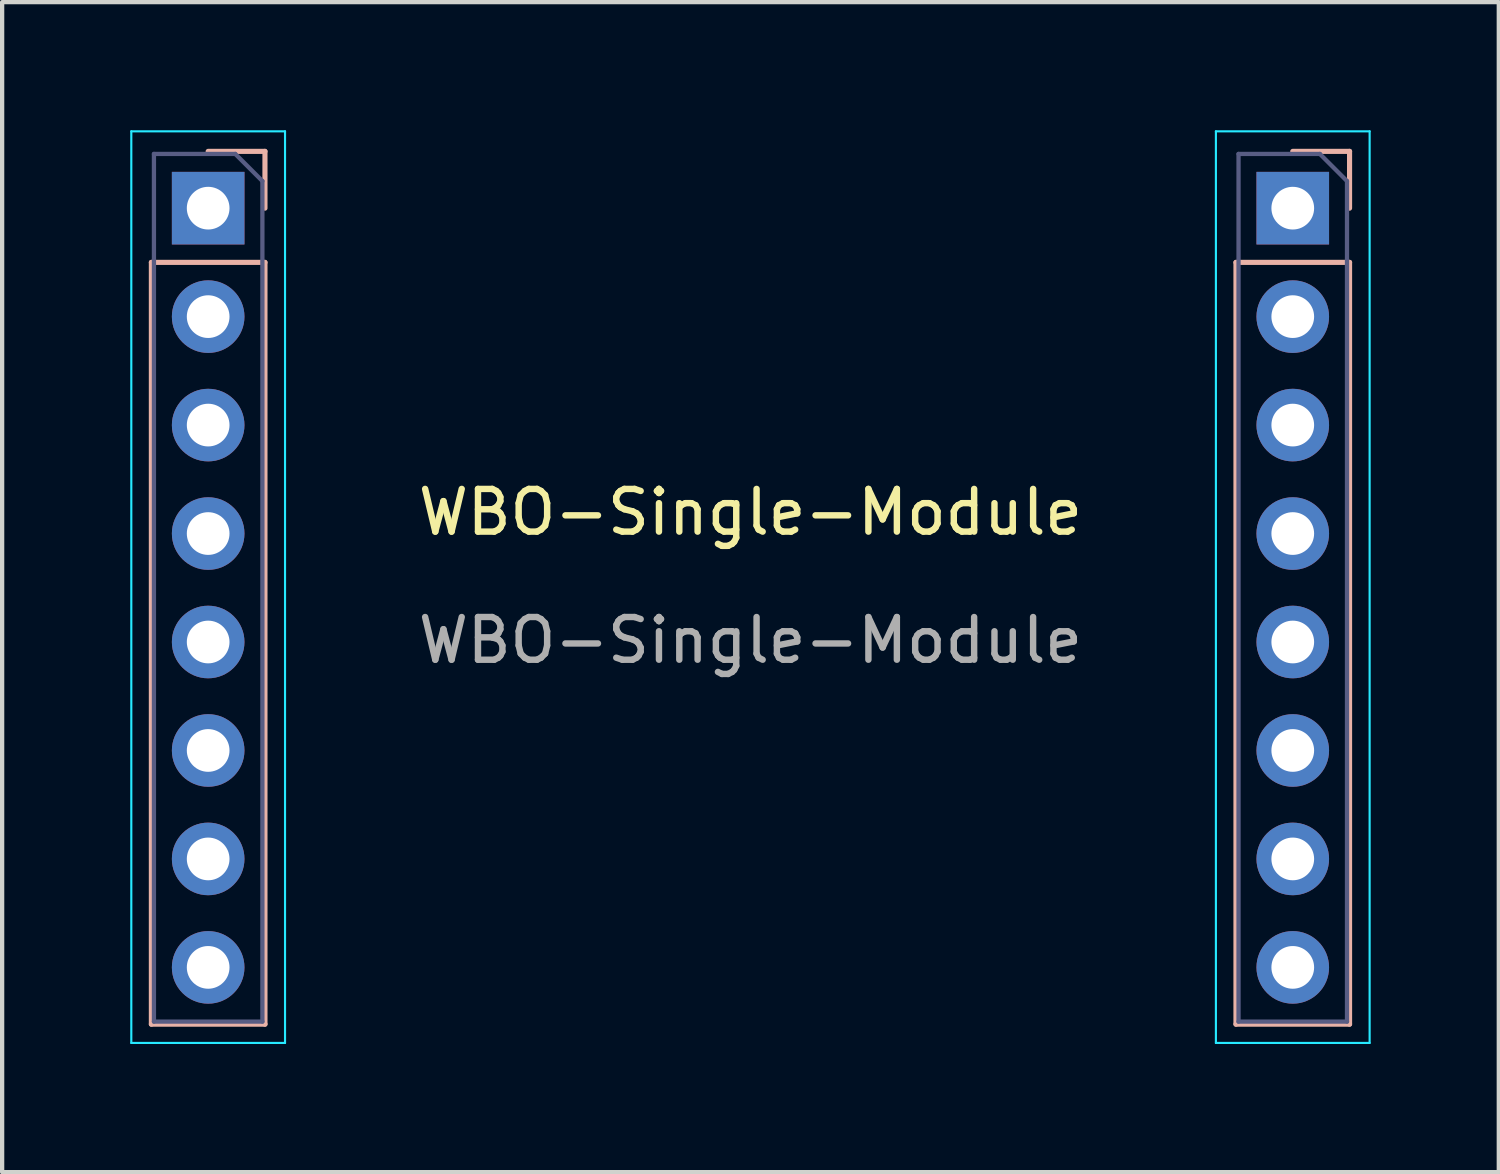
<source format=kicad_pcb>
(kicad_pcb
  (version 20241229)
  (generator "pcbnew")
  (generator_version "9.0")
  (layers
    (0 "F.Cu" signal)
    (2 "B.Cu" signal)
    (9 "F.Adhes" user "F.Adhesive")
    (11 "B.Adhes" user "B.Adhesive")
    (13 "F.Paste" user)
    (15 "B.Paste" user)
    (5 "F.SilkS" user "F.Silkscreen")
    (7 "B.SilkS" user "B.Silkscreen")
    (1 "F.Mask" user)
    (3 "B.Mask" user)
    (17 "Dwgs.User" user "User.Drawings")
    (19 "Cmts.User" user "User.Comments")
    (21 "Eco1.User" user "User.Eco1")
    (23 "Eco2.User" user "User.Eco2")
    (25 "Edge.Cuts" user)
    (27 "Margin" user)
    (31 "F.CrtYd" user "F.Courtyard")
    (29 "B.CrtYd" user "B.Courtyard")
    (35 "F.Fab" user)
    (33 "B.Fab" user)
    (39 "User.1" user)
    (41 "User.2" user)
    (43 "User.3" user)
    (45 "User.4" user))
  (footprint "WBO-Single-Module"
    (layer "F.Cu")
    (at 14.525 9.445)
    (property "Reference" "WBO-Single-Module" (at 0 -0.5 0) (unlocked yes) (layer "F.SilkS") (effects (font (size 1 1) (thickness 0.15))))
    (attr smd)
    (fp_line (start -14.03 -6.35) (end -14.03 11.49) (stroke (width 0.12) (type solid)) (layer "B.SilkS"))
    (fp_line (start -11.37 -8.95) (end -12.7 -8.95) (stroke (width 0.12) (type solid)) (layer "B.SilkS"))
    (fp_line (start -11.37 -7.62) (end -11.37 -8.95) (stroke (width 0.12) (type solid)) (layer "B.SilkS"))
    (fp_line (start -11.37 -6.35) (end -14.03 -6.35) (stroke (width 0.12) (type solid)) (layer "B.SilkS"))
    (fp_line (start -11.37 -6.35) (end -11.37 11.49) (stroke (width 0.12) (type solid)) (layer "B.SilkS"))
    (fp_line (start -11.37 11.49) (end -14.03 11.49) (stroke (width 0.12) (type solid)) (layer "B.SilkS"))
    (fp_line (start 11.37 -6.35) (end 11.37 11.49) (stroke (width 0.12) (type solid)) (layer "B.SilkS"))
    (fp_line (start 14.03 -8.95) (end 12.7 -8.95) (stroke (width 0.12) (type solid)) (layer "B.SilkS"))
    (fp_line (start 14.03 -7.62) (end 14.03 -8.95) (stroke (width 0.12) (type solid)) (layer "B.SilkS"))
    (fp_line (start 14.03 -6.35) (end 11.37 -6.35) (stroke (width 0.12) (type solid)) (layer "B.SilkS"))
    (fp_line (start 14.03 -6.35) (end 14.03 11.49) (stroke (width 0.12) (type solid)) (layer "B.SilkS"))
    (fp_line (start 14.03 11.49) (end 11.37 11.49) (stroke (width 0.12) (type solid)) (layer "B.SilkS"))
    (fp_line (start -14.5 -9.42) (end -10.9 -9.42) (stroke (width 0.05) (type solid)) (layer "B.CrtYd"))
    (fp_line (start -14.5 11.93) (end -14.5 -9.42) (stroke (width 0.05) (type solid)) (layer "B.CrtYd"))
    (fp_line (start -10.9 -9.42) (end -10.9 11.93) (stroke (width 0.05) (type solid)) (layer "B.CrtYd"))
    (fp_line (start -10.9 11.93) (end -14.5 11.93) (stroke (width 0.05) (type solid)) (layer "B.CrtYd"))
    (fp_line (start 10.9 -9.42) (end 14.5 -9.42) (stroke (width 0.05) (type solid)) (layer "B.CrtYd"))
    (fp_line (start 10.9 11.93) (end 10.9 -9.42) (stroke (width 0.05) (type solid)) (layer "B.CrtYd"))
    (fp_line (start 14.5 -9.42) (end 14.5 11.93) (stroke (width 0.05) (type solid)) (layer "B.CrtYd"))
    (fp_line (start 14.5 11.93) (end 10.9 11.93) (stroke (width 0.05) (type solid)) (layer "B.CrtYd"))
    (fp_line (start -13.97 -8.89) (end -13.97 11.43) (stroke (width 0.1) (type solid)) (layer "B.Fab"))
    (fp_line (start -13.97 11.43) (end -11.43 11.43) (stroke (width 0.1) (type solid)) (layer "B.Fab"))
    (fp_line (start -12.065 -8.89) (end -13.97 -8.89) (stroke (width 0.1) (type solid)) (layer "B.Fab"))
    (fp_line (start -11.43 -8.255) (end -12.065 -8.89) (stroke (width 0.1) (type solid)) (layer "B.Fab"))
    (fp_line (start -11.43 11.43) (end -11.43 -8.255) (stroke (width 0.1) (type solid)) (layer "B.Fab"))
    (fp_line (start 11.43 -8.89) (end 11.43 11.43) (stroke (width 0.1) (type solid)) (layer "B.Fab"))
    (fp_line (start 11.43 11.43) (end 13.97 11.43) (stroke (width 0.1) (type solid)) (layer "B.Fab"))
    (fp_line (start 13.335 -8.89) (end 11.43 -8.89) (stroke (width 0.1) (type solid)) (layer "B.Fab"))
    (fp_line (start 13.97 -8.255) (end 13.335 -8.89) (stroke (width 0.1) (type solid)) (layer "B.Fab"))
    (fp_line (start 13.97 11.43) (end 13.97 -8.255) (stroke (width 0.1) (type solid)) (layer "B.Fab"))
    (fp_text user "${REFERENCE}" (at 0 2.5 0) (unlocked yes) (layer "F.Fab") (effects (font (size 1 1) (thickness 0.15))))
    (pad "1" thru_hole rect (at -12.7 -7.62 180) (size 1.7 1.7) (drill 1) (layers "*.Cu" "*.Mask"))
    (pad "2" thru_hole oval (at -12.7 -5.08 180) (size 1.7 1.7) (drill 1) (layers "*.Cu" "*.Mask"))
    (pad "3" thru_hole oval (at -12.7 -2.54 180) (size 1.7 1.7) (drill 1) (layers "*.Cu" "*.Mask"))
    (pad "4" thru_hole oval (at -12.7 0 180) (size 1.7 1.7) (drill 1) (layers "*.Cu" "*.Mask"))
    (pad "5" thru_hole oval (at -12.7 2.54 180) (size 1.7 1.7) (drill 1) (layers "*.Cu" "*.Mask"))
    (pad "6" thru_hole oval (at -12.7 5.08 180) (size 1.7 1.7) (drill 1) (layers "*.Cu" "*.Mask"))
    (pad "7" thru_hole oval (at -12.7 7.62 180) (size 1.7 1.7) (drill 1) (layers "*.Cu" "*.Mask"))
    (pad "8" thru_hole oval (at -12.7 10.16 180) (size 1.7 1.7) (drill 1) (layers "*.Cu" "*.Mask"))
    (pad "9" thru_hole rect (at 12.7 -7.62 180) (size 1.7 1.7) (drill 1) (layers "*.Cu" "*.Mask"))
    (pad "10" thru_hole oval (at 12.7 -5.08 180) (size 1.7 1.7) (drill 1) (layers "*.Cu" "*.Mask"))
    (pad "11" thru_hole oval (at 12.7 -2.54 180) (size 1.7 1.7) (drill 1) (layers "*.Cu" "*.Mask"))
    (pad "12" thru_hole oval (at 12.7 0 180) (size 1.7 1.7) (drill 1) (layers "*.Cu" "*.Mask"))
    (pad "13" thru_hole oval (at 12.7 2.54 180) (size 1.7 1.7) (drill 1) (layers "*.Cu" "*.Mask"))
    (pad "14" thru_hole oval (at 12.7 5.08 180) (size 1.7 1.7) (drill 1) (layers "*.Cu" "*.Mask"))
    (pad "15" thru_hole oval (at 12.7 7.62 180) (size 1.7 1.7) (drill 1) (layers "*.Cu" "*.Mask"))
    (pad "16" thru_hole oval (at 12.7 10.16 180) (size 1.7 1.7) (drill 1) (layers "*.Cu" "*.Mask")))
  (gr_rect
    (start -3 -3)
    (end 32.05 24.4)
    (stroke (width 0.1) (type default))
    (fill no)
    (layer "Edge.Cuts")))
</source>
